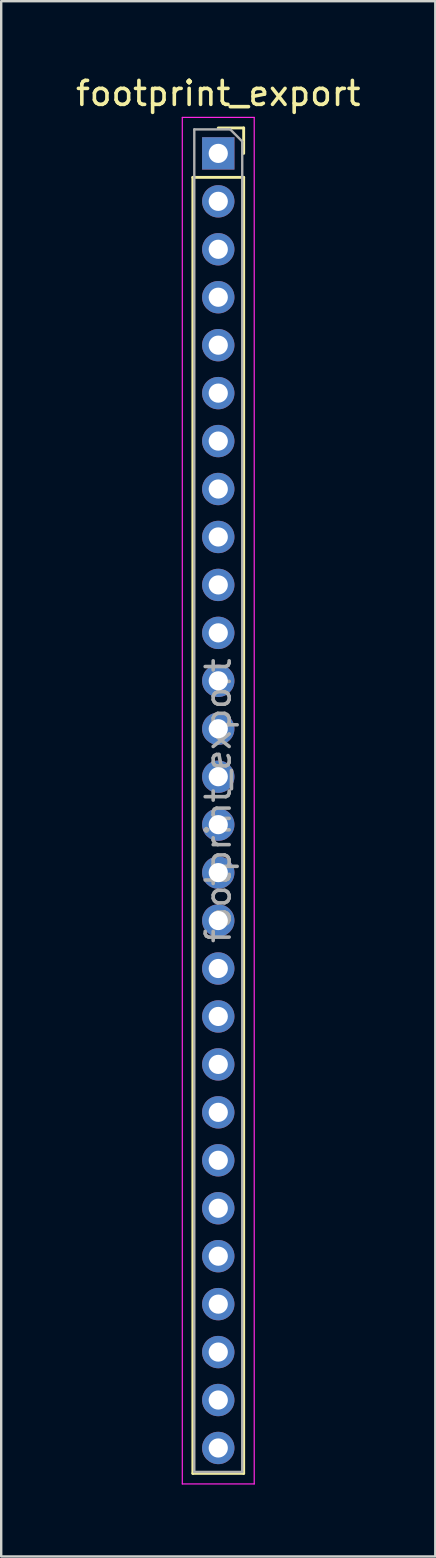
<source format=kicad_pcb>
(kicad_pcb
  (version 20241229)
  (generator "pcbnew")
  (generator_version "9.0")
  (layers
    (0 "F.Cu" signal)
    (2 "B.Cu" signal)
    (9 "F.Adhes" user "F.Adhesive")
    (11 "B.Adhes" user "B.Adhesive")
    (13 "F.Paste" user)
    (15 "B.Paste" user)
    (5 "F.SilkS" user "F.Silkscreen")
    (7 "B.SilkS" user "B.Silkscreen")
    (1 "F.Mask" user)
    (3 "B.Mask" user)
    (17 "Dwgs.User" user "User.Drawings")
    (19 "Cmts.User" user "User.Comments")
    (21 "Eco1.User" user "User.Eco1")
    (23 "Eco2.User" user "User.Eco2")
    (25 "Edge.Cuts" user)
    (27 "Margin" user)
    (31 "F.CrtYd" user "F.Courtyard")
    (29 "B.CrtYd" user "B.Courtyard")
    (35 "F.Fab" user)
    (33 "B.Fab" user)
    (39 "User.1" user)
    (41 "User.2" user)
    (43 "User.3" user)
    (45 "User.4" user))
  (footprint "footprint_export"
    (layer "F.Cu")
    (at 6.054 3.348)
    (property "Reference" "footprint_export" (at 0 -2.5 0) (layer "F.SilkS") (effects (font (size 1 1) (thickness 0.15))))
    (attr through_hole)
    (fp_line (start -1.06 1) (end -1.06 55.06) (stroke (width 0.12) (type solid)) (layer "F.SilkS"))
    (fp_line (start -1.06 1) (end 1.06 1) (stroke (width 0.12) (type solid)) (layer "F.SilkS"))
    (fp_line (start -1.06 55.06) (end 1.06 55.06) (stroke (width 0.12) (type solid)) (layer "F.SilkS"))
    (fp_line (start 0 -1.06) (end 1.06 -1.06) (stroke (width 0.12) (type solid)) (layer "F.SilkS"))
    (fp_line (start 1.06 -1.06) (end 1.06 0) (stroke (width 0.12) (type solid)) (layer "F.SilkS"))
    (fp_line (start 1.06 1) (end 1.06 55.06) (stroke (width 0.12) (type solid)) (layer "F.SilkS"))
    (fp_line (start -1.5 -1.5) (end 1.5 -1.5) (stroke (width 0.05) (type solid)) (layer "F.CrtYd"))
    (fp_line (start -1.5 55.5) (end -1.5 -1.5) (stroke (width 0.05) (type solid)) (layer "F.CrtYd"))
    (fp_line (start 1.5 -1.5) (end 1.5 55.5) (stroke (width 0.05) (type solid)) (layer "F.CrtYd"))
    (fp_line (start 1.5 55.5) (end -1.5 55.5) (stroke (width 0.05) (type solid)) (layer "F.CrtYd"))
    (fp_line (start -1 -1) (end 0.5 -1) (stroke (width 0.1) (type solid)) (layer "F.Fab"))
    (fp_line (start -1 55) (end -1 -1) (stroke (width 0.1) (type solid)) (layer "F.Fab"))
    (fp_line (start 0.5 -1) (end 1 -0.5) (stroke (width 0.1) (type solid)) (layer "F.Fab"))
    (fp_line (start 1 -0.5) (end 1 55) (stroke (width 0.1) (type solid)) (layer "F.Fab"))
    (fp_line (start 1 55) (end -1 55) (stroke (width 0.1) (type solid)) (layer "F.Fab"))
    (fp_text user "${REFERENCE}" (at 0 27 90) (layer "F.Fab") (effects (font (size 1 1) (thickness 0.15))))
    (pad "1" thru_hole rect (at 0 0) (size 1.35 1.35) (drill 0.8) (layers "*.Cu" "*.Mask"))
    (pad "2" thru_hole oval (at 0 2) (size 1.35 1.35) (drill 0.8) (layers "*.Cu" "*.Mask"))
    (pad "3" thru_hole oval (at 0 4) (size 1.35 1.35) (drill 0.8) (layers "*.Cu" "*.Mask"))
    (pad "4" thru_hole oval (at 0 6) (size 1.35 1.35) (drill 0.8) (layers "*.Cu" "*.Mask"))
    (pad "5" thru_hole oval (at 0 8) (size 1.35 1.35) (drill 0.8) (layers "*.Cu" "*.Mask"))
    (pad "6" thru_hole oval (at 0 10) (size 1.35 1.35) (drill 0.8) (layers "*.Cu" "*.Mask"))
    (pad "7" thru_hole oval (at 0 12) (size 1.35 1.35) (drill 0.8) (layers "*.Cu" "*.Mask"))
    (pad "8" thru_hole oval (at 0 14) (size 1.35 1.35) (drill 0.8) (layers "*.Cu" "*.Mask"))
    (pad "9" thru_hole oval (at 0 16) (size 1.35 1.35) (drill 0.8) (layers "*.Cu" "*.Mask"))
    (pad "10" thru_hole oval (at 0 18) (size 1.35 1.35) (drill 0.8) (layers "*.Cu" "*.Mask"))
    (pad "11" thru_hole oval (at 0 20) (size 1.35 1.35) (drill 0.8) (layers "*.Cu" "*.Mask"))
    (pad "12" thru_hole oval (at 0 22) (size 1.35 1.35) (drill 0.8) (layers "*.Cu" "*.Mask"))
    (pad "13" thru_hole oval (at 0 24) (size 1.35 1.35) (drill 0.8) (layers "*.Cu" "*.Mask"))
    (pad "14" thru_hole oval (at 0 26) (size 1.35 1.35) (drill 0.8) (layers "*.Cu" "*.Mask"))
    (pad "15" thru_hole oval (at 0 28) (size 1.35 1.35) (drill 0.8) (layers "*.Cu" "*.Mask"))
    (pad "16" thru_hole oval (at 0 30) (size 1.35 1.35) (drill 0.8) (layers "*.Cu" "*.Mask"))
    (pad "17" thru_hole oval (at 0 32) (size 1.35 1.35) (drill 0.8) (layers "*.Cu" "*.Mask"))
    (pad "18" thru_hole oval (at 0 34) (size 1.35 1.35) (drill 0.8) (layers "*.Cu" "*.Mask"))
    (pad "19" thru_hole oval (at 0 36) (size 1.35 1.35) (drill 0.8) (layers "*.Cu" "*.Mask"))
    (pad "20" thru_hole oval (at 0 38) (size 1.35 1.35) (drill 0.8) (layers "*.Cu" "*.Mask"))
    (pad "21" thru_hole oval (at 0 40) (size 1.35 1.35) (drill 0.8) (layers "*.Cu" "*.Mask"))
    (pad "22" thru_hole oval (at 0 42) (size 1.35 1.35) (drill 0.8) (layers "*.Cu" "*.Mask"))
    (pad "23" thru_hole oval (at 0 44) (size 1.35 1.35) (drill 0.8) (layers "*.Cu" "*.Mask"))
    (pad "24" thru_hole oval (at 0 46) (size 1.35 1.35) (drill 0.8) (layers "*.Cu" "*.Mask"))
    (pad "25" thru_hole oval (at 0 48) (size 1.35 1.35) (drill 0.8) (layers "*.Cu" "*.Mask"))
    (pad "26" thru_hole oval (at 0 50) (size 1.35 1.35) (drill 0.8) (layers "*.Cu" "*.Mask"))
    (pad "27" thru_hole oval (at 0 52) (size 1.35 1.35) (drill 0.8) (layers "*.Cu" "*.Mask"))
    (pad "28" thru_hole oval (at 0 54) (size 1.35 1.35) (drill 0.8) (layers "*.Cu" "*.Mask")))
  (gr_rect
    (start -3 -3)
    (end 15.107 61.873)
    (stroke (width 0.1) (type default))
    (fill no)
    (layer "Edge.Cuts")))
</source>
